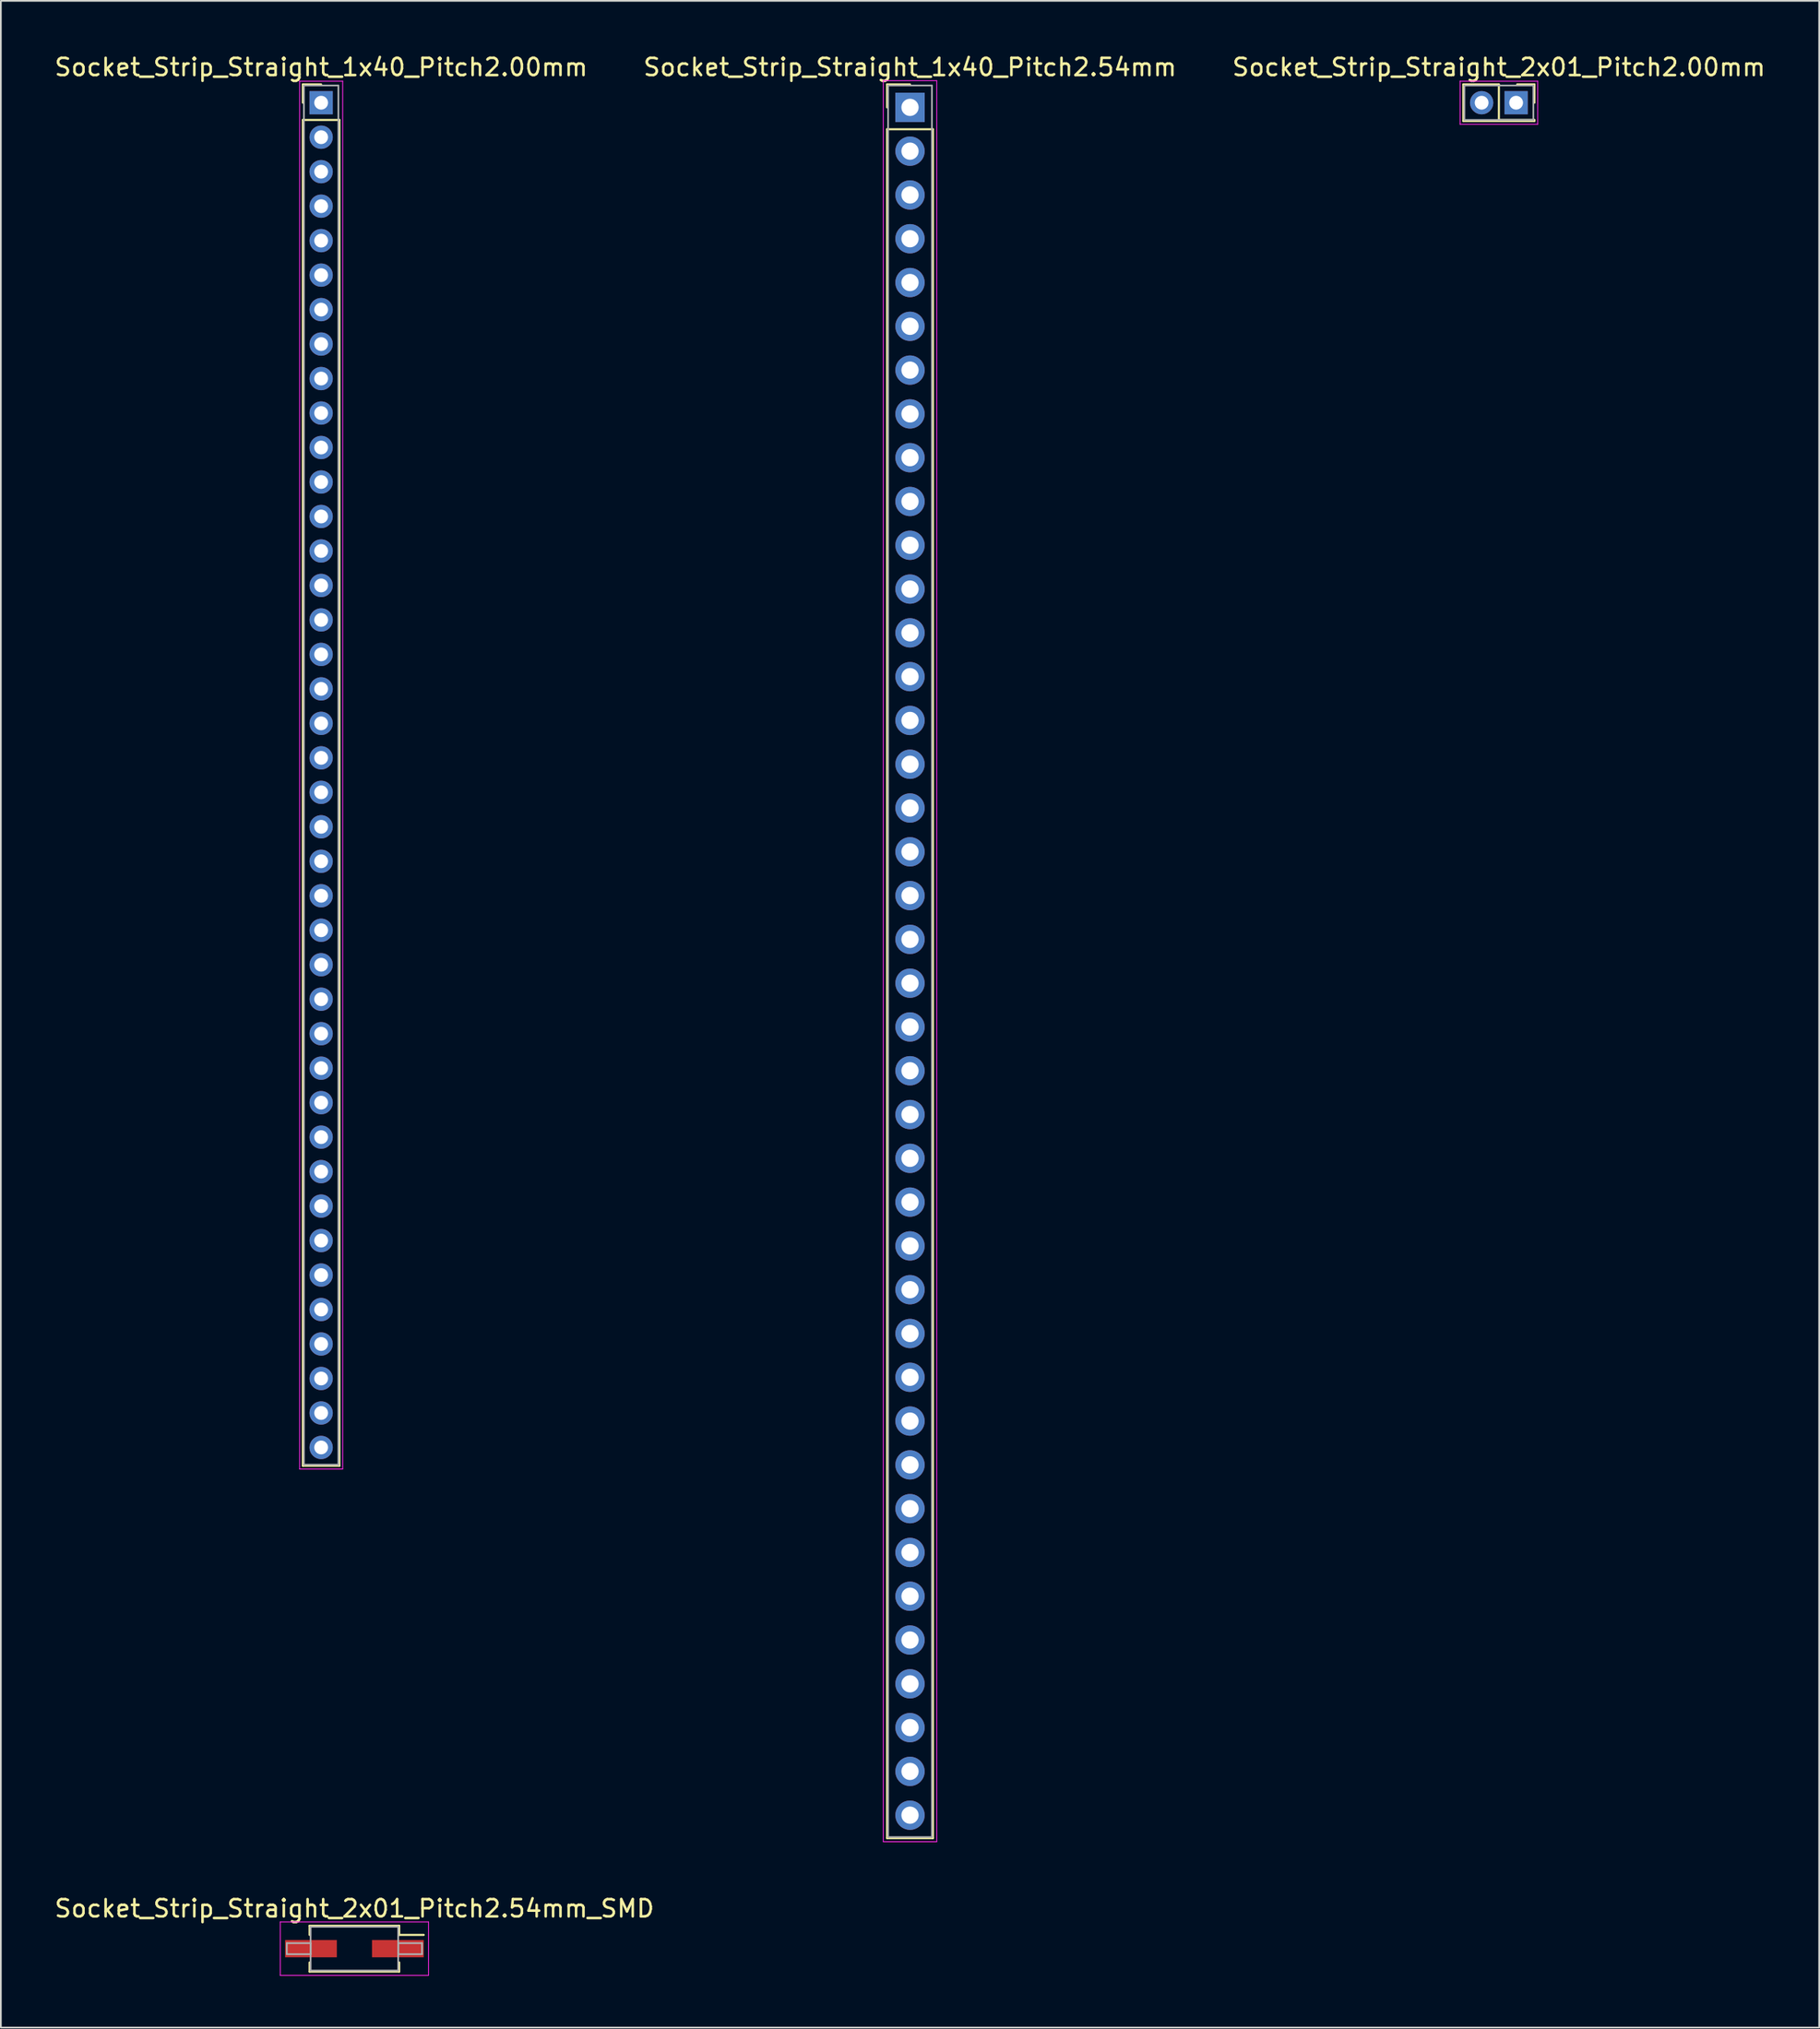
<source format=kicad_pcb>
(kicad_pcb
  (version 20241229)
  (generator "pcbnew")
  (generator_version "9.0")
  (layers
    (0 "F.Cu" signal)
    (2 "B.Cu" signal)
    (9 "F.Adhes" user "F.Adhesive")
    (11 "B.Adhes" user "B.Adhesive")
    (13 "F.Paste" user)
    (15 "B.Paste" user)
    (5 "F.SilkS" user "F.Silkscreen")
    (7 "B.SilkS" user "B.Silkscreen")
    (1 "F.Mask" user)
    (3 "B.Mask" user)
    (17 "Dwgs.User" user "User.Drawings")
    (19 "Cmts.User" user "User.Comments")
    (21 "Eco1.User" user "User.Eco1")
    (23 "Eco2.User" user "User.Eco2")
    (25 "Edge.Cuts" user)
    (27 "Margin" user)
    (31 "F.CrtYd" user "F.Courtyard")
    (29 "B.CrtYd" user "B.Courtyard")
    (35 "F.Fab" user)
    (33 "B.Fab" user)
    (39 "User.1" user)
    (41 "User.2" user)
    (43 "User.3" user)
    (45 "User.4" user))
  (footprint "Socket_Strip_Straight_2x01_Pitch2.00mm"
    (layer "F.Cu")
    (at 84.887 2.908)
    (property "Reference" "Socket_Strip_Straight_2x01_Pitch2.00mm" (at -1 -2.06 0) (layer "F.SilkS") (effects (font (size 1 1) (thickness 0.15))))
    (attr through_hole)
    (fp_line (start -3.06 -1.06) (end -1 -1.06) (stroke (width 0.12) (type solid)) (layer "F.SilkS"))
    (fp_line (start -3.06 1.06) (end -3.06 -1.06) (stroke (width 0.12) (type solid)) (layer "F.SilkS"))
    (fp_line (start -1 -1.06) (end -1 1) (stroke (width 0.12) (type solid)) (layer "F.SilkS"))
    (fp_line (start -1 1) (end 1.06 1) (stroke (width 0.12) (type solid)) (layer "F.SilkS"))
    (fp_line (start 1.06 -1.06) (end 0.06 -1.06) (stroke (width 0.12) (type solid)) (layer "F.SilkS"))
    (fp_line (start 1.06 0) (end 1.06 -1.06) (stroke (width 0.12) (type solid)) (layer "F.SilkS"))
    (fp_line (start 1.06 1) (end 1.06 1.06) (stroke (width 0.12) (type solid)) (layer "F.SilkS"))
    (fp_line (start 1.06 1.06) (end -3.06 1.06) (stroke (width 0.12) (type solid)) (layer "F.SilkS"))
    (fp_line (start -3.25 -1.25) (end -3.25 1.25) (stroke (width 0.05) (type solid)) (layer "F.CrtYd"))
    (fp_line (start -3.25 1.25) (end 1.25 1.25) (stroke (width 0.05) (type solid)) (layer "F.CrtYd"))
    (fp_line (start 1.25 -1.25) (end -3.25 -1.25) (stroke (width 0.05) (type solid)) (layer "F.CrtYd"))
    (fp_line (start 1.25 1.25) (end 1.25 -1.25) (stroke (width 0.05) (type solid)) (layer "F.CrtYd"))
    (fp_line (start -3 -1) (end -3 1) (stroke (width 0.1) (type solid)) (layer "F.Fab"))
    (fp_line (start -3 1) (end 1 1) (stroke (width 0.1) (type solid)) (layer "F.Fab"))
    (fp_line (start 1 -1) (end -3 -1) (stroke (width 0.1) (type solid)) (layer "F.Fab"))
    (fp_line (start 1 1) (end 1 -1) (stroke (width 0.1) (type solid)) (layer "F.Fab"))
    (pad "1" thru_hole rect (at 0 0) (size 1.35 1.35) (drill 0.8) (layers "*.Cu" "*.Mask"))
    (pad "2" thru_hole oval (at -2 0) (size 1.35 1.35) (drill 0.8) (layers "*.Cu" "*.Mask")))
  (footprint "Socket_Strip_Straight_1x40_Pitch2.54mm"
    (layer "F.Cu")
    (at 49.732 3.178)
    (property "Reference" "Socket_Strip_Straight_1x40_Pitch2.54mm" (at 0 -2.33 0) (layer "F.SilkS") (effects (font (size 1 1) (thickness 0.15))))
    (attr through_hole)
    (fp_line (start -1.33 -1.33) (end 0 -1.33) (stroke (width 0.12) (type solid)) (layer "F.SilkS"))
    (fp_line (start -1.33 0) (end -1.33 -1.33) (stroke (width 0.12) (type solid)) (layer "F.SilkS"))
    (fp_line (start -1.33 1.27) (end -1.33 100.39) (stroke (width 0.12) (type solid)) (layer "F.SilkS"))
    (fp_line (start -1.33 100.39) (end 1.33 100.39) (stroke (width 0.12) (type solid)) (layer "F.SilkS"))
    (fp_line (start 1.33 1.27) (end -1.33 1.27) (stroke (width 0.12) (type solid)) (layer "F.SilkS"))
    (fp_line (start 1.33 100.39) (end 1.33 1.27) (stroke (width 0.12) (type solid)) (layer "F.SilkS"))
    (fp_line (start -1.55 -1.55) (end -1.55 100.6) (stroke (width 0.05) (type solid)) (layer "F.CrtYd"))
    (fp_line (start -1.55 100.6) (end 1.55 100.6) (stroke (width 0.05) (type solid)) (layer "F.CrtYd"))
    (fp_line (start 1.55 -1.55) (end -1.55 -1.55) (stroke (width 0.05) (type solid)) (layer "F.CrtYd"))
    (fp_line (start 1.55 100.6) (end 1.55 -1.55) (stroke (width 0.05) (type solid)) (layer "F.CrtYd"))
    (fp_line (start -1.27 -1.27) (end -1.27 100.33) (stroke (width 0.1) (type solid)) (layer "F.Fab"))
    (fp_line (start -1.27 100.33) (end 1.27 100.33) (stroke (width 0.1) (type solid)) (layer "F.Fab"))
    (fp_line (start 1.27 -1.27) (end -1.27 -1.27) (stroke (width 0.1) (type solid)) (layer "F.Fab"))
    (fp_line (start 1.27 100.33) (end 1.27 -1.27) (stroke (width 0.1) (type solid)) (layer "F.Fab"))
    (pad "1" thru_hole rect (at 0 0) (size 1.7 1.7) (drill 1) (layers "*.Cu" "*.Mask"))
    (pad "2" thru_hole oval (at 0 2.54) (size 1.7 1.7) (drill 1) (layers "*.Cu" "*.Mask"))
    (pad "3" thru_hole oval (at 0 5.08) (size 1.7 1.7) (drill 1) (layers "*.Cu" "*.Mask"))
    (pad "4" thru_hole oval (at 0 7.62) (size 1.7 1.7) (drill 1) (layers "*.Cu" "*.Mask"))
    (pad "5" thru_hole oval (at 0 10.16) (size 1.7 1.7) (drill 1) (layers "*.Cu" "*.Mask"))
    (pad "6" thru_hole oval (at 0 12.7) (size 1.7 1.7) (drill 1) (layers "*.Cu" "*.Mask"))
    (pad "7" thru_hole oval (at 0 15.24) (size 1.7 1.7) (drill 1) (layers "*.Cu" "*.Mask"))
    (pad "8" thru_hole oval (at 0 17.78) (size 1.7 1.7) (drill 1) (layers "*.Cu" "*.Mask"))
    (pad "9" thru_hole oval (at 0 20.32) (size 1.7 1.7) (drill 1) (layers "*.Cu" "*.Mask"))
    (pad "10" thru_hole oval (at 0 22.86) (size 1.7 1.7) (drill 1) (layers "*.Cu" "*.Mask"))
    (pad "11" thru_hole oval (at 0 25.4) (size 1.7 1.7) (drill 1) (layers "*.Cu" "*.Mask"))
    (pad "12" thru_hole oval (at 0 27.94) (size 1.7 1.7) (drill 1) (layers "*.Cu" "*.Mask"))
    (pad "13" thru_hole oval (at 0 30.48) (size 1.7 1.7) (drill 1) (layers "*.Cu" "*.Mask"))
    (pad "14" thru_hole oval (at 0 33.02) (size 1.7 1.7) (drill 1) (layers "*.Cu" "*.Mask"))
    (pad "15" thru_hole oval (at 0 35.56) (size 1.7 1.7) (drill 1) (layers "*.Cu" "*.Mask"))
    (pad "16" thru_hole oval (at 0 38.1) (size 1.7 1.7) (drill 1) (layers "*.Cu" "*.Mask"))
    (pad "17" thru_hole oval (at 0 40.64) (size 1.7 1.7) (drill 1) (layers "*.Cu" "*.Mask"))
    (pad "18" thru_hole oval (at 0 43.18) (size 1.7 1.7) (drill 1) (layers "*.Cu" "*.Mask"))
    (pad "19" thru_hole oval (at 0 45.72) (size 1.7 1.7) (drill 1) (layers "*.Cu" "*.Mask"))
    (pad "20" thru_hole oval (at 0 48.26) (size 1.7 1.7) (drill 1) (layers "*.Cu" "*.Mask"))
    (pad "21" thru_hole oval (at 0 50.8) (size 1.7 1.7) (drill 1) (layers "*.Cu" "*.Mask"))
    (pad "22" thru_hole oval (at 0 53.34) (size 1.7 1.7) (drill 1) (layers "*.Cu" "*.Mask"))
    (pad "23" thru_hole oval (at 0 55.88) (size 1.7 1.7) (drill 1) (layers "*.Cu" "*.Mask"))
    (pad "24" thru_hole oval (at 0 58.42) (size 1.7 1.7) (drill 1) (layers "*.Cu" "*.Mask"))
    (pad "25" thru_hole oval (at 0 60.96) (size 1.7 1.7) (drill 1) (layers "*.Cu" "*.Mask"))
    (pad "26" thru_hole oval (at 0 63.5) (size 1.7 1.7) (drill 1) (layers "*.Cu" "*.Mask"))
    (pad "27" thru_hole oval (at 0 66.04) (size 1.7 1.7) (drill 1) (layers "*.Cu" "*.Mask"))
    (pad "28" thru_hole oval (at 0 68.58) (size 1.7 1.7) (drill 1) (layers "*.Cu" "*.Mask"))
    (pad "29" thru_hole oval (at 0 71.12) (size 1.7 1.7) (drill 1) (layers "*.Cu" "*.Mask"))
    (pad "30" thru_hole oval (at 0 73.66) (size 1.7 1.7) (drill 1) (layers "*.Cu" "*.Mask"))
    (pad "31" thru_hole oval (at 0 76.2) (size 1.7 1.7) (drill 1) (layers "*.Cu" "*.Mask"))
    (pad "32" thru_hole oval (at 0 78.74) (size 1.7 1.7) (drill 1) (layers "*.Cu" "*.Mask"))
    (pad "33" thru_hole oval (at 0 81.28) (size 1.7 1.7) (drill 1) (layers "*.Cu" "*.Mask"))
    (pad "34" thru_hole oval (at 0 83.82) (size 1.7 1.7) (drill 1) (layers "*.Cu" "*.Mask"))
    (pad "35" thru_hole oval (at 0 86.36) (size 1.7 1.7) (drill 1) (layers "*.Cu" "*.Mask"))
    (pad "36" thru_hole oval (at 0 88.9) (size 1.7 1.7) (drill 1) (layers "*.Cu" "*.Mask"))
    (pad "37" thru_hole oval (at 0 91.44) (size 1.7 1.7) (drill 1) (layers "*.Cu" "*.Mask"))
    (pad "38" thru_hole oval (at 0 93.98) (size 1.7 1.7) (drill 1) (layers "*.Cu" "*.Mask"))
    (pad "39" thru_hole oval (at 0 96.52) (size 1.7 1.7) (drill 1) (layers "*.Cu" "*.Mask"))
    (pad "40" thru_hole oval (at 0 99.06) (size 1.7 1.7) (drill 1) (layers "*.Cu" "*.Mask")))
  (footprint "Socket_Strip_Straight_2x01_Pitch2.54mm_SMD"
    (layer "F.Cu")
    (at 17.506 109.981)
    (property "Reference" "Socket_Strip_Straight_2x01_Pitch2.54mm_SMD" (at 0 -2.33 0) (layer "F.SilkS") (effects (font (size 1 1) (thickness 0.15))))
    (attr smd)
    (fp_line (start -2.6 -1.33) (end 2.6 -1.33) (stroke (width 0.12) (type solid)) (layer "F.SilkS"))
    (fp_line (start -2.6 -0.8) (end -2.6 -1.33) (stroke (width 0.12) (type solid)) (layer "F.SilkS"))
    (fp_line (start -2.6 0.8) (end -2.6 1.33) (stroke (width 0.12) (type solid)) (layer "F.SilkS"))
    (fp_line (start -2.6 1.33) (end 2.6 1.33) (stroke (width 0.12) (type solid)) (layer "F.SilkS"))
    (fp_line (start 2.6 -1.33) (end 2.6 -0.8) (stroke (width 0.12) (type solid)) (layer "F.SilkS"))
    (fp_line (start 2.6 1.33) (end 2.6 0.8) (stroke (width 0.12) (type solid)) (layer "F.SilkS"))
    (fp_line (start 4.02 -0.8) (end 2.6 -0.8) (stroke (width 0.12) (type solid)) (layer "F.SilkS"))
    (fp_line (start -4.3 -1.55) (end -4.3 1.55) (stroke (width 0.05) (type solid)) (layer "F.CrtYd"))
    (fp_line (start -4.3 1.55) (end 4.3 1.55) (stroke (width 0.05) (type solid)) (layer "F.CrtYd"))
    (fp_line (start 4.3 -1.55) (end -4.3 -1.55) (stroke (width 0.05) (type solid)) (layer "F.CrtYd"))
    (fp_line (start 4.3 1.55) (end 4.3 -1.55) (stroke (width 0.05) (type solid)) (layer "F.CrtYd"))
    (fp_line (start -3.92 -0.32) (end -2.54 -0.32) (stroke (width 0.1) (type solid)) (layer "F.Fab"))
    (fp_line (start -3.92 0.32) (end -3.92 -0.32) (stroke (width 0.1) (type solid)) (layer "F.Fab"))
    (fp_line (start -2.54 -1.27) (end -2.54 1.27) (stroke (width 0.1) (type solid)) (layer "F.Fab"))
    (fp_line (start -2.54 -0.32) (end -2.54 0.32) (stroke (width 0.1) (type solid)) (layer "F.Fab"))
    (fp_line (start -2.54 0.32) (end -3.92 0.32) (stroke (width 0.1) (type solid)) (layer "F.Fab"))
    (fp_line (start -2.54 1.27) (end 2.54 1.27) (stroke (width 0.1) (type solid)) (layer "F.Fab"))
    (fp_line (start 2.54 -1.27) (end -2.54 -1.27) (stroke (width 0.1) (type solid)) (layer "F.Fab"))
    (fp_line (start 2.54 -0.32) (end 2.54 0.32) (stroke (width 0.1) (type solid)) (layer "F.Fab"))
    (fp_line (start 2.54 0.32) (end 3.92 0.32) (stroke (width 0.1) (type solid)) (layer "F.Fab"))
    (fp_line (start 2.54 1.27) (end 2.54 -1.27) (stroke (width 0.1) (type solid)) (layer "F.Fab"))
    (fp_line (start 3.92 -0.32) (end 2.54 -0.32) (stroke (width 0.1) (type solid)) (layer "F.Fab"))
    (fp_line (start 3.92 0.32) (end 3.92 -0.32) (stroke (width 0.1) (type solid)) (layer "F.Fab"))
    (pad "1" smd rect (at 2.52 0) (size 3 1) (layers "F.Cu" "F.Mask"))
    (pad "2" smd rect (at -2.52 0) (size 3 1) (layers "F.Cu" "F.Mask")))
  (footprint "Socket_Strip_Straight_1x40_Pitch2.00mm"
    (layer "F.Cu")
    (at 15.577 2.908)
    (property "Reference" "Socket_Strip_Straight_1x40_Pitch2.00mm" (at 0 -2.06 0) (layer "F.SilkS") (effects (font (size 1 1) (thickness 0.15))))
    (attr through_hole)
    (fp_line (start -1.06 -1.06) (end 0 -1.06) (stroke (width 0.12) (type solid)) (layer "F.SilkS"))
    (fp_line (start -1.06 0) (end -1.06 -1.06) (stroke (width 0.12) (type solid)) (layer "F.SilkS"))
    (fp_line (start -1.06 1) (end -1.06 79.06) (stroke (width 0.12) (type solid)) (layer "F.SilkS"))
    (fp_line (start -1.06 79.06) (end 1.06 79.06) (stroke (width 0.12) (type solid)) (layer "F.SilkS"))
    (fp_line (start 1.06 1) (end -1.06 1) (stroke (width 0.12) (type solid)) (layer "F.SilkS"))
    (fp_line (start 1.06 79.06) (end 1.06 1) (stroke (width 0.12) (type solid)) (layer "F.SilkS"))
    (fp_line (start -1.25 -1.25) (end -1.25 79.25) (stroke (width 0.05) (type solid)) (layer "F.CrtYd"))
    (fp_line (start -1.25 79.25) (end 1.25 79.25) (stroke (width 0.05) (type solid)) (layer "F.CrtYd"))
    (fp_line (start 1.25 -1.25) (end -1.25 -1.25) (stroke (width 0.05) (type solid)) (layer "F.CrtYd"))
    (fp_line (start 1.25 79.25) (end 1.25 -1.25) (stroke (width 0.05) (type solid)) (layer "F.CrtYd"))
    (fp_line (start -1 -1) (end -1 79) (stroke (width 0.1) (type solid)) (layer "F.Fab"))
    (fp_line (start -1 79) (end 1 79) (stroke (width 0.1) (type solid)) (layer "F.Fab"))
    (fp_line (start 1 -1) (end -1 -1) (stroke (width 0.1) (type solid)) (layer "F.Fab"))
    (fp_line (start 1 79) (end 1 -1) (stroke (width 0.1) (type solid)) (layer "F.Fab"))
    (pad "1" thru_hole rect (at 0 0) (size 1.35 1.35) (drill 0.8) (layers "*.Cu" "*.Mask"))
    (pad "2" thru_hole oval (at 0 2) (size 1.35 1.35) (drill 0.8) (layers "*.Cu" "*.Mask"))
    (pad "3" thru_hole oval (at 0 4) (size 1.35 1.35) (drill 0.8) (layers "*.Cu" "*.Mask"))
    (pad "4" thru_hole oval (at 0 6) (size 1.35 1.35) (drill 0.8) (layers "*.Cu" "*.Mask"))
    (pad "5" thru_hole oval (at 0 8) (size 1.35 1.35) (drill 0.8) (layers "*.Cu" "*.Mask"))
    (pad "6" thru_hole oval (at 0 10) (size 1.35 1.35) (drill 0.8) (layers "*.Cu" "*.Mask"))
    (pad "7" thru_hole oval (at 0 12) (size 1.35 1.35) (drill 0.8) (layers "*.Cu" "*.Mask"))
    (pad "8" thru_hole oval (at 0 14) (size 1.35 1.35) (drill 0.8) (layers "*.Cu" "*.Mask"))
    (pad "9" thru_hole oval (at 0 16) (size 1.35 1.35) (drill 0.8) (layers "*.Cu" "*.Mask"))
    (pad "10" thru_hole oval (at 0 18) (size 1.35 1.35) (drill 0.8) (layers "*.Cu" "*.Mask"))
    (pad "11" thru_hole oval (at 0 20) (size 1.35 1.35) (drill 0.8) (layers "*.Cu" "*.Mask"))
    (pad "12" thru_hole oval (at 0 22) (size 1.35 1.35) (drill 0.8) (layers "*.Cu" "*.Mask"))
    (pad "13" thru_hole oval (at 0 24) (size 1.35 1.35) (drill 0.8) (layers "*.Cu" "*.Mask"))
    (pad "14" thru_hole oval (at 0 26) (size 1.35 1.35) (drill 0.8) (layers "*.Cu" "*.Mask"))
    (pad "15" thru_hole oval (at 0 28) (size 1.35 1.35) (drill 0.8) (layers "*.Cu" "*.Mask"))
    (pad "16" thru_hole oval (at 0 30) (size 1.35 1.35) (drill 0.8) (layers "*.Cu" "*.Mask"))
    (pad "17" thru_hole oval (at 0 32) (size 1.35 1.35) (drill 0.8) (layers "*.Cu" "*.Mask"))
    (pad "18" thru_hole oval (at 0 34) (size 1.35 1.35) (drill 0.8) (layers "*.Cu" "*.Mask"))
    (pad "19" thru_hole oval (at 0 36) (size 1.35 1.35) (drill 0.8) (layers "*.Cu" "*.Mask"))
    (pad "20" thru_hole oval (at 0 38) (size 1.35 1.35) (drill 0.8) (layers "*.Cu" "*.Mask"))
    (pad "21" thru_hole oval (at 0 40) (size 1.35 1.35) (drill 0.8) (layers "*.Cu" "*.Mask"))
    (pad "22" thru_hole oval (at 0 42) (size 1.35 1.35) (drill 0.8) (layers "*.Cu" "*.Mask"))
    (pad "23" thru_hole oval (at 0 44) (size 1.35 1.35) (drill 0.8) (layers "*.Cu" "*.Mask"))
    (pad "24" thru_hole oval (at 0 46) (size 1.35 1.35) (drill 0.8) (layers "*.Cu" "*.Mask"))
    (pad "25" thru_hole oval (at 0 48) (size 1.35 1.35) (drill 0.8) (layers "*.Cu" "*.Mask"))
    (pad "26" thru_hole oval (at 0 50) (size 1.35 1.35) (drill 0.8) (layers "*.Cu" "*.Mask"))
    (pad "27" thru_hole oval (at 0 52) (size 1.35 1.35) (drill 0.8) (layers "*.Cu" "*.Mask"))
    (pad "28" thru_hole oval (at 0 54) (size 1.35 1.35) (drill 0.8) (layers "*.Cu" "*.Mask"))
    (pad "29" thru_hole oval (at 0 56) (size 1.35 1.35) (drill 0.8) (layers "*.Cu" "*.Mask"))
    (pad "30" thru_hole oval (at 0 58) (size 1.35 1.35) (drill 0.8) (layers "*.Cu" "*.Mask"))
    (pad "31" thru_hole oval (at 0 60) (size 1.35 1.35) (drill 0.8) (layers "*.Cu" "*.Mask"))
    (pad "32" thru_hole oval (at 0 62) (size 1.35 1.35) (drill 0.8) (layers "*.Cu" "*.Mask"))
    (pad "33" thru_hole oval (at 0 64) (size 1.35 1.35) (drill 0.8) (layers "*.Cu" "*.Mask"))
    (pad "34" thru_hole oval (at 0 66) (size 1.35 1.35) (drill 0.8) (layers "*.Cu" "*.Mask"))
    (pad "35" thru_hole oval (at 0 68) (size 1.35 1.35) (drill 0.8) (layers "*.Cu" "*.Mask"))
    (pad "36" thru_hole oval (at 0 70) (size 1.35 1.35) (drill 0.8) (layers "*.Cu" "*.Mask"))
    (pad "37" thru_hole oval (at 0 72) (size 1.35 1.35) (drill 0.8) (layers "*.Cu" "*.Mask"))
    (pad "38" thru_hole oval (at 0 74) (size 1.35 1.35) (drill 0.8) (layers "*.Cu" "*.Mask"))
    (pad "39" thru_hole oval (at 0 76) (size 1.35 1.35) (drill 0.8) (layers "*.Cu" "*.Mask"))
    (pad "40" thru_hole oval (at 0 78) (size 1.35 1.35) (drill 0.8) (layers "*.Cu" "*.Mask")))
  (gr_rect
    (start -3 -3)
    (end 102.464 114.556)
    (stroke (width 0.1) (type default))
    (fill no)
    (layer "Edge.Cuts")))
</source>
